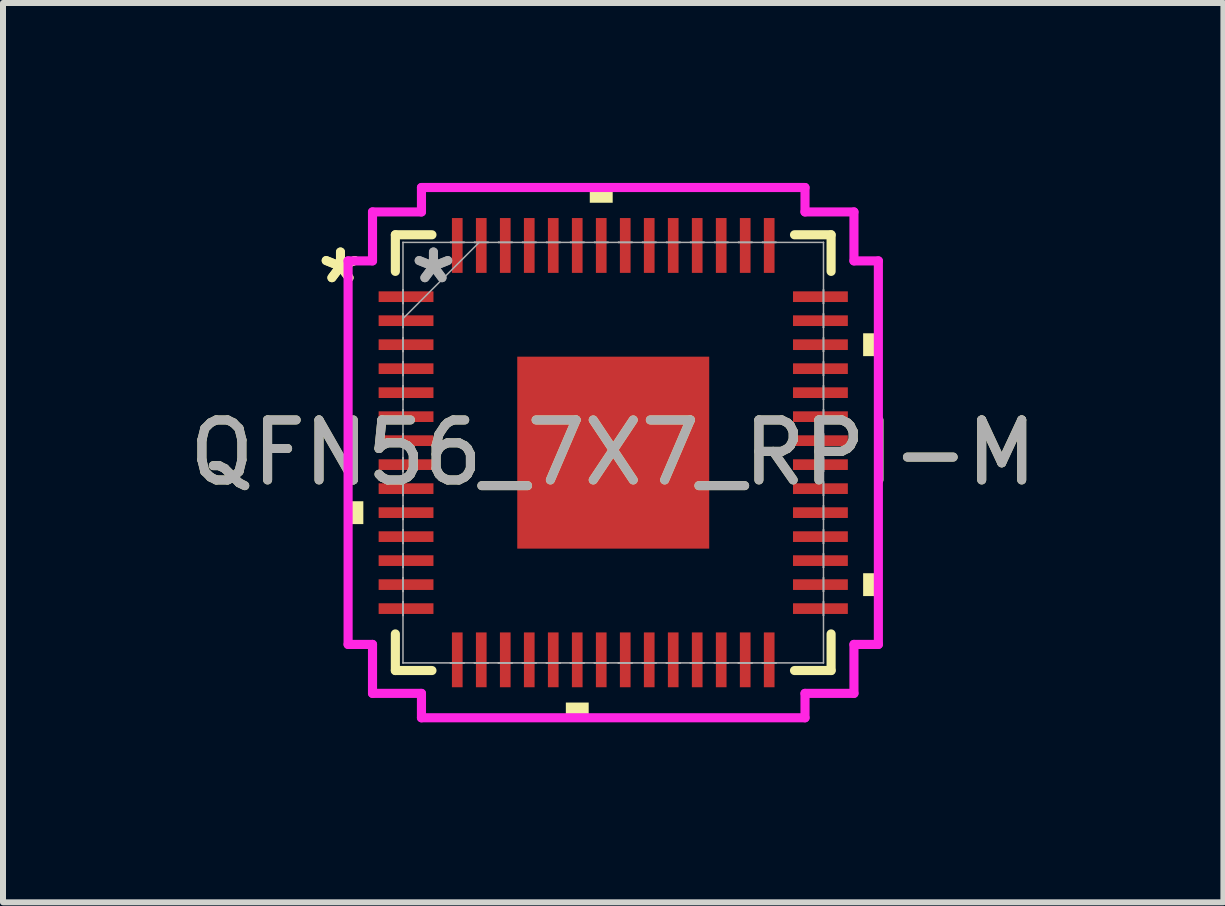
<source format=kicad_pcb>
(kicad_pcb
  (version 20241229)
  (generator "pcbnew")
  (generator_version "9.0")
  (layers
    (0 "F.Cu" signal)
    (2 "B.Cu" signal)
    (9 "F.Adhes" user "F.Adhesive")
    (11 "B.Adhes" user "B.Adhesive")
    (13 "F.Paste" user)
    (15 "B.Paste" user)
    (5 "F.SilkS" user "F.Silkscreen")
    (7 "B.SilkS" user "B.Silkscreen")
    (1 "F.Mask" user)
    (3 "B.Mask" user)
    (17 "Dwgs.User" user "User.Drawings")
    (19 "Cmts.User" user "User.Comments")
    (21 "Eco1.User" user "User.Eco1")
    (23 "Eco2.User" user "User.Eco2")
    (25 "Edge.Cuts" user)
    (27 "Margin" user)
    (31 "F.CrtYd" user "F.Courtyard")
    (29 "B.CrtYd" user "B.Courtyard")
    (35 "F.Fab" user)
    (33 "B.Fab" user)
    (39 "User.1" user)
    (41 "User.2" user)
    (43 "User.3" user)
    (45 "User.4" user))
  (footprint "QFN56_7X7_RPI-M"
    (layer "F.Cu")
    (at 7.173 4.496)
    (property "Reference" "QFN56_7X7_RPI-M" (at 0 0 0) (unlocked yes) (layer "F.SilkS") (effects (font (size 1 1) (thickness 0.15))))
    (attr smd)
    (fp_line (start -3.632 -3.632) (end -3.632 -3.022) (stroke (width 0.152) (type solid)) (layer "F.SilkS"))
    (fp_line (start -3.632 3.022) (end -3.632 3.632) (stroke (width 0.152) (type solid)) (layer "F.SilkS"))
    (fp_line (start -3.632 3.632) (end -3.022 3.632) (stroke (width 0.152) (type solid)) (layer "F.SilkS"))
    (fp_line (start -3.022 -3.632) (end -3.632 -3.632) (stroke (width 0.152) (type solid)) (layer "F.SilkS"))
    (fp_line (start 3.022 3.632) (end 3.632 3.632) (stroke (width 0.152) (type solid)) (layer "F.SilkS"))
    (fp_line (start 3.632 -3.632) (end 3.022 -3.632) (stroke (width 0.152) (type solid)) (layer "F.SilkS"))
    (fp_line (start 3.632 -3.022) (end 3.632 -3.632) (stroke (width 0.152) (type solid)) (layer "F.SilkS"))
    (fp_line (start 3.632 3.632) (end 3.632 3.022) (stroke (width 0.152) (type solid)) (layer "F.SilkS"))
    (fp_poly (pts (xy -4.42 0.81) (xy -4.42 1.191) (xy -4.166 1.191) (xy -4.166 0.81)) (stroke (width 0) (type solid)) (fill yes) (layer "F.SilkS"))
    (fp_poly (pts (xy -0.79 4.166) (xy -0.79 4.42) (xy -0.409 4.42) (xy -0.409 4.166)) (stroke (width 0) (type solid)) (fill yes) (layer "F.SilkS"))
    (fp_poly (pts (xy -0.391 -4.166) (xy -0.391 -4.42) (xy -0.009 -4.42) (xy -0.009 -4.166)) (stroke (width 0) (type solid)) (fill yes) (layer "F.SilkS"))
    (fp_poly (pts (xy 4.42 -1.99) (xy 4.42 -1.609) (xy 4.166 -1.609) (xy 4.166 -1.99)) (stroke (width 0) (type solid)) (fill yes) (layer "F.SilkS"))
    (fp_poly (pts (xy 4.42 2.01) (xy 4.42 2.391) (xy 4.166 2.391) (xy 4.166 2.01)) (stroke (width 0) (type solid)) (fill yes) (layer "F.SilkS"))
    (fp_poly (pts (xy -1.5 -1.5) (xy -1.5 -0.1) (xy -0.1 -0.1) (xy -0.1 -1.5)) (stroke (width 0) (type solid)) (fill yes) (layer "F.Paste"))
    (fp_poly (pts (xy -1.5 0.1) (xy -1.5 1.5) (xy -0.1 1.5) (xy -0.1 0.1)) (stroke (width 0) (type solid)) (fill yes) (layer "F.Paste"))
    (fp_poly (pts (xy 0.1 -1.5) (xy 0.1 -0.1) (xy 1.5 -0.1) (xy 1.5 -1.5)) (stroke (width 0) (type solid)) (fill yes) (layer "F.Paste"))
    (fp_poly (pts (xy 0.1 0.1) (xy 0.1 1.5) (xy 1.5 1.5) (xy 1.5 0.1)) (stroke (width 0) (type solid)) (fill yes) (layer "F.Paste"))
    (fp_line (start -4.42 -3.197) (end -4.013 -3.197) (stroke (width 0.152) (type solid)) (layer "F.CrtYd"))
    (fp_line (start -4.42 3.197) (end -4.42 -3.197) (stroke (width 0.152) (type solid)) (layer "F.CrtYd"))
    (fp_line (start -4.013 -4.013) (end -3.197 -4.013) (stroke (width 0.152) (type solid)) (layer "F.CrtYd"))
    (fp_line (start -4.013 -3.197) (end -4.013 -4.013) (stroke (width 0.152) (type solid)) (layer "F.CrtYd"))
    (fp_line (start -4.013 3.197) (end -4.42 3.197) (stroke (width 0.152) (type solid)) (layer "F.CrtYd"))
    (fp_line (start -4.013 4.013) (end -4.013 3.197) (stroke (width 0.152) (type solid)) (layer "F.CrtYd"))
    (fp_line (start -3.197 -4.42) (end 3.197 -4.42) (stroke (width 0.152) (type solid)) (layer "F.CrtYd"))
    (fp_line (start -3.197 -4.013) (end -3.197 -4.42) (stroke (width 0.152) (type solid)) (layer "F.CrtYd"))
    (fp_line (start -3.197 4.013) (end -4.013 4.013) (stroke (width 0.152) (type solid)) (layer "F.CrtYd"))
    (fp_line (start -3.197 4.42) (end -3.197 4.013) (stroke (width 0.152) (type solid)) (layer "F.CrtYd"))
    (fp_line (start 3.197 -4.42) (end 3.197 -4.013) (stroke (width 0.152) (type solid)) (layer "F.CrtYd"))
    (fp_line (start 3.197 -4.013) (end 4.013 -4.013) (stroke (width 0.152) (type solid)) (layer "F.CrtYd"))
    (fp_line (start 3.197 4.013) (end 3.197 4.42) (stroke (width 0.152) (type solid)) (layer "F.CrtYd"))
    (fp_line (start 3.197 4.42) (end -3.197 4.42) (stroke (width 0.152) (type solid)) (layer "F.CrtYd"))
    (fp_line (start 4.013 -4.013) (end 4.013 -3.197) (stroke (width 0.152) (type solid)) (layer "F.CrtYd"))
    (fp_line (start 4.013 -3.197) (end 4.42 -3.197) (stroke (width 0.152) (type solid)) (layer "F.CrtYd"))
    (fp_line (start 4.013 3.197) (end 4.013 4.013) (stroke (width 0.152) (type solid)) (layer "F.CrtYd"))
    (fp_line (start 4.013 4.013) (end 3.197 4.013) (stroke (width 0.152) (type solid)) (layer "F.CrtYd"))
    (fp_line (start 4.42 -3.197) (end 4.42 3.197) (stroke (width 0.152) (type solid)) (layer "F.CrtYd"))
    (fp_line (start 4.42 3.197) (end 4.013 3.197) (stroke (width 0.152) (type solid)) (layer "F.CrtYd"))
    (fp_line (start -3.505 -3.505) (end -3.505 -3.505) (stroke (width 0.025) (type solid)) (layer "F.Fab"))
    (fp_line (start -3.505 -3.505) (end -3.505 3.505) (stroke (width 0.025) (type solid)) (layer "F.Fab"))
    (fp_line (start -3.505 -2.714) (end -3.505 -2.714) (stroke (width 0.025) (type solid)) (layer "F.Fab"))
    (fp_line (start -3.505 -2.714) (end -3.505 -2.486) (stroke (width 0.025) (type solid)) (layer "F.Fab"))
    (fp_line (start -3.505 -2.486) (end -3.505 -2.714) (stroke (width 0.025) (type solid)) (layer "F.Fab"))
    (fp_line (start -3.505 -2.486) (end -3.505 -2.486) (stroke (width 0.025) (type solid)) (layer "F.Fab"))
    (fp_line (start -3.505 -2.314) (end -3.505 -2.314) (stroke (width 0.025) (type solid)) (layer "F.Fab"))
    (fp_line (start -3.505 -2.314) (end -3.505 -2.086) (stroke (width 0.025) (type solid)) (layer "F.Fab"))
    (fp_line (start -3.505 -2.235) (end -2.235 -3.505) (stroke (width 0.025) (type solid)) (layer "F.Fab"))
    (fp_line (start -3.505 -2.086) (end -3.505 -2.314) (stroke (width 0.025) (type solid)) (layer "F.Fab"))
    (fp_line (start -3.505 -2.086) (end -3.505 -2.086) (stroke (width 0.025) (type solid)) (layer "F.Fab"))
    (fp_line (start -3.505 -1.914) (end -3.505 -1.914) (stroke (width 0.025) (type solid)) (layer "F.Fab"))
    (fp_line (start -3.505 -1.914) (end -3.505 -1.686) (stroke (width 0.025) (type solid)) (layer "F.Fab"))
    (fp_line (start -3.505 -1.686) (end -3.505 -1.914) (stroke (width 0.025) (type solid)) (layer "F.Fab"))
    (fp_line (start -3.505 -1.686) (end -3.505 -1.686) (stroke (width 0.025) (type solid)) (layer "F.Fab"))
    (fp_line (start -3.505 -1.514) (end -3.505 -1.514) (stroke (width 0.025) (type solid)) (layer "F.Fab"))
    (fp_line (start -3.505 -1.514) (end -3.505 -1.286) (stroke (width 0.025) (type solid)) (layer "F.Fab"))
    (fp_line (start -3.505 -1.286) (end -3.505 -1.514) (stroke (width 0.025) (type solid)) (layer "F.Fab"))
    (fp_line (start -3.505 -1.286) (end -3.505 -1.286) (stroke (width 0.025) (type solid)) (layer "F.Fab"))
    (fp_line (start -3.505 -1.114) (end -3.505 -1.114) (stroke (width 0.025) (type solid)) (layer "F.Fab"))
    (fp_line (start -3.505 -1.114) (end -3.505 -0.886) (stroke (width 0.025) (type solid)) (layer "F.Fab"))
    (fp_line (start -3.505 -0.886) (end -3.505 -1.114) (stroke (width 0.025) (type solid)) (layer "F.Fab"))
    (fp_line (start -3.505 -0.886) (end -3.505 -0.886) (stroke (width 0.025) (type solid)) (layer "F.Fab"))
    (fp_line (start -3.505 -0.714) (end -3.505 -0.714) (stroke (width 0.025) (type solid)) (layer "F.Fab"))
    (fp_line (start -3.505 -0.714) (end -3.505 -0.486) (stroke (width 0.025) (type solid)) (layer "F.Fab"))
    (fp_line (start -3.505 -0.486) (end -3.505 -0.714) (stroke (width 0.025) (type solid)) (layer "F.Fab"))
    (fp_line (start -3.505 -0.486) (end -3.505 -0.486) (stroke (width 0.025) (type solid)) (layer "F.Fab"))
    (fp_line (start -3.505 -0.314) (end -3.505 -0.314) (stroke (width 0.025) (type solid)) (layer "F.Fab"))
    (fp_line (start -3.505 -0.314) (end -3.505 -0.086) (stroke (width 0.025) (type solid)) (layer "F.Fab"))
    (fp_line (start -3.505 -0.086) (end -3.505 -0.314) (stroke (width 0.025) (type solid)) (layer "F.Fab"))
    (fp_line (start -3.505 -0.086) (end -3.505 -0.086) (stroke (width 0.025) (type solid)) (layer "F.Fab"))
    (fp_line (start -3.505 0.086) (end -3.505 0.086) (stroke (width 0.025) (type solid)) (layer "F.Fab"))
    (fp_line (start -3.505 0.086) (end -3.505 0.314) (stroke (width 0.025) (type solid)) (layer "F.Fab"))
    (fp_line (start -3.505 0.314) (end -3.505 0.086) (stroke (width 0.025) (type solid)) (layer "F.Fab"))
    (fp_line (start -3.505 0.314) (end -3.505 0.314) (stroke (width 0.025) (type solid)) (layer "F.Fab"))
    (fp_line (start -3.505 0.486) (end -3.505 0.486) (stroke (width 0.025) (type solid)) (layer "F.Fab"))
    (fp_line (start -3.505 0.486) (end -3.505 0.714) (stroke (width 0.025) (type solid)) (layer "F.Fab"))
    (fp_line (start -3.505 0.714) (end -3.505 0.486) (stroke (width 0.025) (type solid)) (layer "F.Fab"))
    (fp_line (start -3.505 0.714) (end -3.505 0.714) (stroke (width 0.025) (type solid)) (layer "F.Fab"))
    (fp_line (start -3.505 0.886) (end -3.505 0.886) (stroke (width 0.025) (type solid)) (layer "F.Fab"))
    (fp_line (start -3.505 0.886) (end -3.505 1.114) (stroke (width 0.025) (type solid)) (layer "F.Fab"))
    (fp_line (start -3.505 1.114) (end -3.505 0.886) (stroke (width 0.025) (type solid)) (layer "F.Fab"))
    (fp_line (start -3.505 1.114) (end -3.505 1.114) (stroke (width 0.025) (type solid)) (layer "F.Fab"))
    (fp_line (start -3.505 1.286) (end -3.505 1.286) (stroke (width 0.025) (type solid)) (layer "F.Fab"))
    (fp_line (start -3.505 1.286) (end -3.505 1.514) (stroke (width 0.025) (type solid)) (layer "F.Fab"))
    (fp_line (start -3.505 1.514) (end -3.505 1.286) (stroke (width 0.025) (type solid)) (layer "F.Fab"))
    (fp_line (start -3.505 1.514) (end -3.505 1.514) (stroke (width 0.025) (type solid)) (layer "F.Fab"))
    (fp_line (start -3.505 1.686) (end -3.505 1.686) (stroke (width 0.025) (type solid)) (layer "F.Fab"))
    (fp_line (start -3.505 1.686) (end -3.505 1.914) (stroke (width 0.025) (type solid)) (layer "F.Fab"))
    (fp_line (start -3.505 1.914) (end -3.505 1.686) (stroke (width 0.025) (type solid)) (layer "F.Fab"))
    (fp_line (start -3.505 1.914) (end -3.505 1.914) (stroke (width 0.025) (type solid)) (layer "F.Fab"))
    (fp_line (start -3.505 2.086) (end -3.505 2.086) (stroke (width 0.025) (type solid)) (layer "F.Fab"))
    (fp_line (start -3.505 2.086) (end -3.505 2.314) (stroke (width 0.025) (type solid)) (layer "F.Fab"))
    (fp_line (start -3.505 2.314) (end -3.505 2.086) (stroke (width 0.025) (type solid)) (layer "F.Fab"))
    (fp_line (start -3.505 2.314) (end -3.505 2.314) (stroke (width 0.025) (type solid)) (layer "F.Fab"))
    (fp_line (start -3.505 2.486) (end -3.505 2.486) (stroke (width 0.025) (type solid)) (layer "F.Fab"))
    (fp_line (start -3.505 2.486) (end -3.505 2.714) (stroke (width 0.025) (type solid)) (layer "F.Fab"))
    (fp_line (start -3.505 2.714) (end -3.505 2.486) (stroke (width 0.025) (type solid)) (layer "F.Fab"))
    (fp_line (start -3.505 2.714) (end -3.505 2.714) (stroke (width 0.025) (type solid)) (layer "F.Fab"))
    (fp_line (start -3.505 3.505) (end -3.505 3.505) (stroke (width 0.025) (type solid)) (layer "F.Fab"))
    (fp_line (start -3.505 3.505) (end 3.505 3.505) (stroke (width 0.025) (type solid)) (layer "F.Fab"))
    (fp_line (start -2.714 -3.505) (end -2.714 -3.505) (stroke (width 0.025) (type solid)) (layer "F.Fab"))
    (fp_line (start -2.714 -3.505) (end -2.486 -3.505) (stroke (width 0.025) (type solid)) (layer "F.Fab"))
    (fp_line (start -2.714 3.505) (end -2.714 3.505) (stroke (width 0.025) (type solid)) (layer "F.Fab"))
    (fp_line (start -2.714 3.505) (end -2.486 3.505) (stroke (width 0.025) (type solid)) (layer "F.Fab"))
    (fp_line (start -2.486 -3.505) (end -2.714 -3.505) (stroke (width 0.025) (type solid)) (layer "F.Fab"))
    (fp_line (start -2.486 -3.505) (end -2.486 -3.505) (stroke (width 0.025) (type solid)) (layer "F.Fab"))
    (fp_line (start -2.486 3.505) (end -2.714 3.505) (stroke (width 0.025) (type solid)) (layer "F.Fab"))
    (fp_line (start -2.486 3.505) (end -2.486 3.505) (stroke (width 0.025) (type solid)) (layer "F.Fab"))
    (fp_line (start -2.314 -3.505) (end -2.314 -3.505) (stroke (width 0.025) (type solid)) (layer "F.Fab"))
    (fp_line (start -2.314 -3.505) (end -2.086 -3.505) (stroke (width 0.025) (type solid)) (layer "F.Fab"))
    (fp_line (start -2.314 3.505) (end -2.314 3.505) (stroke (width 0.025) (type solid)) (layer "F.Fab"))
    (fp_line (start -2.314 3.505) (end -2.086 3.505) (stroke (width 0.025) (type solid)) (layer "F.Fab"))
    (fp_line (start -2.086 -3.505) (end -2.314 -3.505) (stroke (width 0.025) (type solid)) (layer "F.Fab"))
    (fp_line (start -2.086 -3.505) (end -2.086 -3.505) (stroke (width 0.025) (type solid)) (layer "F.Fab"))
    (fp_line (start -2.086 3.505) (end -2.314 3.505) (stroke (width 0.025) (type solid)) (layer "F.Fab"))
    (fp_line (start -2.086 3.505) (end -2.086 3.505) (stroke (width 0.025) (type solid)) (layer "F.Fab"))
    (fp_line (start -1.914 -3.505) (end -1.914 -3.505) (stroke (width 0.025) (type solid)) (layer "F.Fab"))
    (fp_line (start -1.914 -3.505) (end -1.686 -3.505) (stroke (width 0.025) (type solid)) (layer "F.Fab"))
    (fp_line (start -1.914 3.505) (end -1.914 3.505) (stroke (width 0.025) (type solid)) (layer "F.Fab"))
    (fp_line (start -1.914 3.505) (end -1.686 3.505) (stroke (width 0.025) (type solid)) (layer "F.Fab"))
    (fp_line (start -1.686 -3.505) (end -1.914 -3.505) (stroke (width 0.025) (type solid)) (layer "F.Fab"))
    (fp_line (start -1.686 -3.505) (end -1.686 -3.505) (stroke (width 0.025) (type solid)) (layer "F.Fab"))
    (fp_line (start -1.686 3.505) (end -1.914 3.505) (stroke (width 0.025) (type solid)) (layer "F.Fab"))
    (fp_line (start -1.686 3.505) (end -1.686 3.505) (stroke (width 0.025) (type solid)) (layer "F.Fab"))
    (fp_line (start -1.514 -3.505) (end -1.514 -3.505) (stroke (width 0.025) (type solid)) (layer "F.Fab"))
    (fp_line (start -1.514 -3.505) (end -1.286 -3.505) (stroke (width 0.025) (type solid)) (layer "F.Fab"))
    (fp_line (start -1.514 3.505) (end -1.514 3.505) (stroke (width 0.025) (type solid)) (layer "F.Fab"))
    (fp_line (start -1.514 3.505) (end -1.286 3.505) (stroke (width 0.025) (type solid)) (layer "F.Fab"))
    (fp_line (start -1.286 -3.505) (end -1.514 -3.505) (stroke (width 0.025) (type solid)) (layer "F.Fab"))
    (fp_line (start -1.286 -3.505) (end -1.286 -3.505) (stroke (width 0.025) (type solid)) (layer "F.Fab"))
    (fp_line (start -1.286 3.505) (end -1.514 3.505) (stroke (width 0.025) (type solid)) (layer "F.Fab"))
    (fp_line (start -1.286 3.505) (end -1.286 3.505) (stroke (width 0.025) (type solid)) (layer "F.Fab"))
    (fp_line (start -1.114 -3.505) (end -1.114 -3.505) (stroke (width 0.025) (type solid)) (layer "F.Fab"))
    (fp_line (start -1.114 -3.505) (end -0.886 -3.505) (stroke (width 0.025) (type solid)) (layer "F.Fab"))
    (fp_line (start -1.114 3.505) (end -1.114 3.505) (stroke (width 0.025) (type solid)) (layer "F.Fab"))
    (fp_line (start -1.114 3.505) (end -0.886 3.505) (stroke (width 0.025) (type solid)) (layer "F.Fab"))
    (fp_line (start -0.886 -3.505) (end -1.114 -3.505) (stroke (width 0.025) (type solid)) (layer "F.Fab"))
    (fp_line (start -0.886 -3.505) (end -0.886 -3.505) (stroke (width 0.025) (type solid)) (layer "F.Fab"))
    (fp_line (start -0.886 3.505) (end -1.114 3.505) (stroke (width 0.025) (type solid)) (layer "F.Fab"))
    (fp_line (start -0.886 3.505) (end -0.886 3.505) (stroke (width 0.025) (type solid)) (layer "F.Fab"))
    (fp_line (start -0.714 -3.505) (end -0.714 -3.505) (stroke (width 0.025) (type solid)) (layer "F.Fab"))
    (fp_line (start -0.714 -3.505) (end -0.486 -3.505) (stroke (width 0.025) (type solid)) (layer "F.Fab"))
    (fp_line (start -0.714 3.505) (end -0.714 3.505) (stroke (width 0.025) (type solid)) (layer "F.Fab"))
    (fp_line (start -0.714 3.505) (end -0.486 3.505) (stroke (width 0.025) (type solid)) (layer "F.Fab"))
    (fp_line (start -0.486 -3.505) (end -0.714 -3.505) (stroke (width 0.025) (type solid)) (layer "F.Fab"))
    (fp_line (start -0.486 -3.505) (end -0.486 -3.505) (stroke (width 0.025) (type solid)) (layer "F.Fab"))
    (fp_line (start -0.486 3.505) (end -0.714 3.505) (stroke (width 0.025) (type solid)) (layer "F.Fab"))
    (fp_line (start -0.486 3.505) (end -0.486 3.505) (stroke (width 0.025) (type solid)) (layer "F.Fab"))
    (fp_line (start -0.314 -3.505) (end -0.314 -3.505) (stroke (width 0.025) (type solid)) (layer "F.Fab"))
    (fp_line (start -0.314 -3.505) (end -0.086 -3.505) (stroke (width 0.025) (type solid)) (layer "F.Fab"))
    (fp_line (start -0.314 3.505) (end -0.314 3.505) (stroke (width 0.025) (type solid)) (layer "F.Fab"))
    (fp_line (start -0.314 3.505) (end -0.086 3.505) (stroke (width 0.025) (type solid)) (layer "F.Fab"))
    (fp_line (start -0.086 -3.505) (end -0.314 -3.505) (stroke (width 0.025) (type solid)) (layer "F.Fab"))
    (fp_line (start -0.086 -3.505) (end -0.086 -3.505) (stroke (width 0.025) (type solid)) (layer "F.Fab"))
    (fp_line (start -0.086 3.505) (end -0.314 3.505) (stroke (width 0.025) (type solid)) (layer "F.Fab"))
    (fp_line (start -0.086 3.505) (end -0.086 3.505) (stroke (width 0.025) (type solid)) (layer "F.Fab"))
    (fp_line (start 0.086 -3.505) (end 0.086 -3.505) (stroke (width 0.025) (type solid)) (layer "F.Fab"))
    (fp_line (start 0.086 -3.505) (end 0.314 -3.505) (stroke (width 0.025) (type solid)) (layer "F.Fab"))
    (fp_line (start 0.086 3.505) (end 0.086 3.505) (stroke (width 0.025) (type solid)) (layer "F.Fab"))
    (fp_line (start 0.086 3.505) (end 0.314 3.505) (stroke (width 0.025) (type solid)) (layer "F.Fab"))
    (fp_line (start 0.314 -3.505) (end 0.086 -3.505) (stroke (width 0.025) (type solid)) (layer "F.Fab"))
    (fp_line (start 0.314 -3.505) (end 0.314 -3.505) (stroke (width 0.025) (type solid)) (layer "F.Fab"))
    (fp_line (start 0.314 3.505) (end 0.086 3.505) (stroke (width 0.025) (type solid)) (layer "F.Fab"))
    (fp_line (start 0.314 3.505) (end 0.314 3.505) (stroke (width 0.025) (type solid)) (layer "F.Fab"))
    (fp_line (start 0.486 -3.505) (end 0.486 -3.505) (stroke (width 0.025) (type solid)) (layer "F.Fab"))
    (fp_line (start 0.486 -3.505) (end 0.714 -3.505) (stroke (width 0.025) (type solid)) (layer "F.Fab"))
    (fp_line (start 0.486 3.505) (end 0.486 3.505) (stroke (width 0.025) (type solid)) (layer "F.Fab"))
    (fp_line (start 0.486 3.505) (end 0.714 3.505) (stroke (width 0.025) (type solid)) (layer "F.Fab"))
    (fp_line (start 0.714 -3.505) (end 0.486 -3.505) (stroke (width 0.025) (type solid)) (layer "F.Fab"))
    (fp_line (start 0.714 -3.505) (end 0.714 -3.505) (stroke (width 0.025) (type solid)) (layer "F.Fab"))
    (fp_line (start 0.714 3.505) (end 0.486 3.505) (stroke (width 0.025) (type solid)) (layer "F.Fab"))
    (fp_line (start 0.714 3.505) (end 0.714 3.505) (stroke (width 0.025) (type solid)) (layer "F.Fab"))
    (fp_line (start 0.886 -3.505) (end 0.886 -3.505) (stroke (width 0.025) (type solid)) (layer "F.Fab"))
    (fp_line (start 0.886 -3.505) (end 1.114 -3.505) (stroke (width 0.025) (type solid)) (layer "F.Fab"))
    (fp_line (start 0.886 3.505) (end 0.886 3.505) (stroke (width 0.025) (type solid)) (layer "F.Fab"))
    (fp_line (start 0.886 3.505) (end 1.114 3.505) (stroke (width 0.025) (type solid)) (layer "F.Fab"))
    (fp_line (start 1.114 -3.505) (end 0.886 -3.505) (stroke (width 0.025) (type solid)) (layer "F.Fab"))
    (fp_line (start 1.114 -3.505) (end 1.114 -3.505) (stroke (width 0.025) (type solid)) (layer "F.Fab"))
    (fp_line (start 1.114 3.505) (end 0.886 3.505) (stroke (width 0.025) (type solid)) (layer "F.Fab"))
    (fp_line (start 1.114 3.505) (end 1.114 3.505) (stroke (width 0.025) (type solid)) (layer "F.Fab"))
    (fp_line (start 1.286 -3.505) (end 1.286 -3.505) (stroke (width 0.025) (type solid)) (layer "F.Fab"))
    (fp_line (start 1.286 -3.505) (end 1.514 -3.505) (stroke (width 0.025) (type solid)) (layer "F.Fab"))
    (fp_line (start 1.286 3.505) (end 1.286 3.505) (stroke (width 0.025) (type solid)) (layer "F.Fab"))
    (fp_line (start 1.286 3.505) (end 1.514 3.505) (stroke (width 0.025) (type solid)) (layer "F.Fab"))
    (fp_line (start 1.514 -3.505) (end 1.286 -3.505) (stroke (width 0.025) (type solid)) (layer "F.Fab"))
    (fp_line (start 1.514 -3.505) (end 1.514 -3.505) (stroke (width 0.025) (type solid)) (layer "F.Fab"))
    (fp_line (start 1.514 3.505) (end 1.286 3.505) (stroke (width 0.025) (type solid)) (layer "F.Fab"))
    (fp_line (start 1.514 3.505) (end 1.514 3.505) (stroke (width 0.025) (type solid)) (layer "F.Fab"))
    (fp_line (start 1.686 -3.505) (end 1.686 -3.505) (stroke (width 0.025) (type solid)) (layer "F.Fab"))
    (fp_line (start 1.686 -3.505) (end 1.914 -3.505) (stroke (width 0.025) (type solid)) (layer "F.Fab"))
    (fp_line (start 1.686 3.505) (end 1.686 3.505) (stroke (width 0.025) (type solid)) (layer "F.Fab"))
    (fp_line (start 1.686 3.505) (end 1.914 3.505) (stroke (width 0.025) (type solid)) (layer "F.Fab"))
    (fp_line (start 1.914 -3.505) (end 1.686 -3.505) (stroke (width 0.025) (type solid)) (layer "F.Fab"))
    (fp_line (start 1.914 -3.505) (end 1.914 -3.505) (stroke (width 0.025) (type solid)) (layer "F.Fab"))
    (fp_line (start 1.914 3.505) (end 1.686 3.505) (stroke (width 0.025) (type solid)) (layer "F.Fab"))
    (fp_line (start 1.914 3.505) (end 1.914 3.505) (stroke (width 0.025) (type solid)) (layer "F.Fab"))
    (fp_line (start 2.086 -3.505) (end 2.086 -3.505) (stroke (width 0.025) (type solid)) (layer "F.Fab"))
    (fp_line (start 2.086 -3.505) (end 2.314 -3.505) (stroke (width 0.025) (type solid)) (layer "F.Fab"))
    (fp_line (start 2.086 3.505) (end 2.086 3.505) (stroke (width 0.025) (type solid)) (layer "F.Fab"))
    (fp_line (start 2.086 3.505) (end 2.314 3.505) (stroke (width 0.025) (type solid)) (layer "F.Fab"))
    (fp_line (start 2.314 -3.505) (end 2.086 -3.505) (stroke (width 0.025) (type solid)) (layer "F.Fab"))
    (fp_line (start 2.314 -3.505) (end 2.314 -3.505) (stroke (width 0.025) (type solid)) (layer "F.Fab"))
    (fp_line (start 2.314 3.505) (end 2.086 3.505) (stroke (width 0.025) (type solid)) (layer "F.Fab"))
    (fp_line (start 2.314 3.505) (end 2.314 3.505) (stroke (width 0.025) (type solid)) (layer "F.Fab"))
    (fp_line (start 2.486 -3.505) (end 2.486 -3.505) (stroke (width 0.025) (type solid)) (layer "F.Fab"))
    (fp_line (start 2.486 -3.505) (end 2.714 -3.505) (stroke (width 0.025) (type solid)) (layer "F.Fab"))
    (fp_line (start 2.486 3.505) (end 2.486 3.505) (stroke (width 0.025) (type solid)) (layer "F.Fab"))
    (fp_line (start 2.486 3.505) (end 2.714 3.505) (stroke (width 0.025) (type solid)) (layer "F.Fab"))
    (fp_line (start 2.714 -3.505) (end 2.486 -3.505) (stroke (width 0.025) (type solid)) (layer "F.Fab"))
    (fp_line (start 2.714 -3.505) (end 2.714 -3.505) (stroke (width 0.025) (type solid)) (layer "F.Fab"))
    (fp_line (start 2.714 3.505) (end 2.486 3.505) (stroke (width 0.025) (type solid)) (layer "F.Fab"))
    (fp_line (start 2.714 3.505) (end 2.714 3.505) (stroke (width 0.025) (type solid)) (layer "F.Fab"))
    (fp_line (start 3.505 -3.505) (end -3.505 -3.505) (stroke (width 0.025) (type solid)) (layer "F.Fab"))
    (fp_line (start 3.505 -3.505) (end 3.505 -3.505) (stroke (width 0.025) (type solid)) (layer "F.Fab"))
    (fp_line (start 3.505 -2.714) (end 3.505 -2.714) (stroke (width 0.025) (type solid)) (layer "F.Fab"))
    (fp_line (start 3.505 -2.714) (end 3.505 -2.486) (stroke (width 0.025) (type solid)) (layer "F.Fab"))
    (fp_line (start 3.505 -2.486) (end 3.505 -2.714) (stroke (width 0.025) (type solid)) (layer "F.Fab"))
    (fp_line (start 3.505 -2.486) (end 3.505 -2.486) (stroke (width 0.025) (type solid)) (layer "F.Fab"))
    (fp_line (start 3.505 -2.314) (end 3.505 -2.314) (stroke (width 0.025) (type solid)) (layer "F.Fab"))
    (fp_line (start 3.505 -2.314) (end 3.505 -2.086) (stroke (width 0.025) (type solid)) (layer "F.Fab"))
    (fp_line (start 3.505 -2.086) (end 3.505 -2.314) (stroke (width 0.025) (type solid)) (layer "F.Fab"))
    (fp_line (start 3.505 -2.086) (end 3.505 -2.086) (stroke (width 0.025) (type solid)) (layer "F.Fab"))
    (fp_line (start 3.505 -1.914) (end 3.505 -1.914) (stroke (width 0.025) (type solid)) (layer "F.Fab"))
    (fp_line (start 3.505 -1.914) (end 3.505 -1.686) (stroke (width 0.025) (type solid)) (layer "F.Fab"))
    (fp_line (start 3.505 -1.686) (end 3.505 -1.914) (stroke (width 0.025) (type solid)) (layer "F.Fab"))
    (fp_line (start 3.505 -1.686) (end 3.505 -1.686) (stroke (width 0.025) (type solid)) (layer "F.Fab"))
    (fp_line (start 3.505 -1.514) (end 3.505 -1.514) (stroke (width 0.025) (type solid)) (layer "F.Fab"))
    (fp_line (start 3.505 -1.514) (end 3.505 -1.286) (stroke (width 0.025) (type solid)) (layer "F.Fab"))
    (fp_line (start 3.505 -1.286) (end 3.505 -1.514) (stroke (width 0.025) (type solid)) (layer "F.Fab"))
    (fp_line (start 3.505 -1.286) (end 3.505 -1.286) (stroke (width 0.025) (type solid)) (layer "F.Fab"))
    (fp_line (start 3.505 -1.114) (end 3.505 -1.114) (stroke (width 0.025) (type solid)) (layer "F.Fab"))
    (fp_line (start 3.505 -1.114) (end 3.505 -0.886) (stroke (width 0.025) (type solid)) (layer "F.Fab"))
    (fp_line (start 3.505 -0.886) (end 3.505 -1.114) (stroke (width 0.025) (type solid)) (layer "F.Fab"))
    (fp_line (start 3.505 -0.886) (end 3.505 -0.886) (stroke (width 0.025) (type solid)) (layer "F.Fab"))
    (fp_line (start 3.505 -0.714) (end 3.505 -0.714) (stroke (width 0.025) (type solid)) (layer "F.Fab"))
    (fp_line (start 3.505 -0.714) (end 3.505 -0.486) (stroke (width 0.025) (type solid)) (layer "F.Fab"))
    (fp_line (start 3.505 -0.486) (end 3.505 -0.714) (stroke (width 0.025) (type solid)) (layer "F.Fab"))
    (fp_line (start 3.505 -0.486) (end 3.505 -0.486) (stroke (width 0.025) (type solid)) (layer "F.Fab"))
    (fp_line (start 3.505 -0.314) (end 3.505 -0.314) (stroke (width 0.025) (type solid)) (layer "F.Fab"))
    (fp_line (start 3.505 -0.314) (end 3.505 -0.086) (stroke (width 0.025) (type solid)) (layer "F.Fab"))
    (fp_line (start 3.505 -0.086) (end 3.505 -0.314) (stroke (width 0.025) (type solid)) (layer "F.Fab"))
    (fp_line (start 3.505 -0.086) (end 3.505 -0.086) (stroke (width 0.025) (type solid)) (layer "F.Fab"))
    (fp_line (start 3.505 0.086) (end 3.505 0.086) (stroke (width 0.025) (type solid)) (layer "F.Fab"))
    (fp_line (start 3.505 0.086) (end 3.505 0.314) (stroke (width 0.025) (type solid)) (layer "F.Fab"))
    (fp_line (start 3.505 0.314) (end 3.505 0.086) (stroke (width 0.025) (type solid)) (layer "F.Fab"))
    (fp_line (start 3.505 0.314) (end 3.505 0.314) (stroke (width 0.025) (type solid)) (layer "F.Fab"))
    (fp_line (start 3.505 0.486) (end 3.505 0.486) (stroke (width 0.025) (type solid)) (layer "F.Fab"))
    (fp_line (start 3.505 0.486) (end 3.505 0.714) (stroke (width 0.025) (type solid)) (layer "F.Fab"))
    (fp_line (start 3.505 0.714) (end 3.505 0.486) (stroke (width 0.025) (type solid)) (layer "F.Fab"))
    (fp_line (start 3.505 0.714) (end 3.505 0.714) (stroke (width 0.025) (type solid)) (layer "F.Fab"))
    (fp_line (start 3.505 0.886) (end 3.505 0.886) (stroke (width 0.025) (type solid)) (layer "F.Fab"))
    (fp_line (start 3.505 0.886) (end 3.505 1.114) (stroke (width 0.025) (type solid)) (layer "F.Fab"))
    (fp_line (start 3.505 1.114) (end 3.505 0.886) (stroke (width 0.025) (type solid)) (layer "F.Fab"))
    (fp_line (start 3.505 1.114) (end 3.505 1.114) (stroke (width 0.025) (type solid)) (layer "F.Fab"))
    (fp_line (start 3.505 1.286) (end 3.505 1.286) (stroke (width 0.025) (type solid)) (layer "F.Fab"))
    (fp_line (start 3.505 1.286) (end 3.505 1.514) (stroke (width 0.025) (type solid)) (layer "F.Fab"))
    (fp_line (start 3.505 1.514) (end 3.505 1.286) (stroke (width 0.025) (type solid)) (layer "F.Fab"))
    (fp_line (start 3.505 1.514) (end 3.505 1.514) (stroke (width 0.025) (type solid)) (layer "F.Fab"))
    (fp_line (start 3.505 1.686) (end 3.505 1.686) (stroke (width 0.025) (type solid)) (layer "F.Fab"))
    (fp_line (start 3.505 1.686) (end 3.505 1.914) (stroke (width 0.025) (type solid)) (layer "F.Fab"))
    (fp_line (start 3.505 1.914) (end 3.505 1.686) (stroke (width 0.025) (type solid)) (layer "F.Fab"))
    (fp_line (start 3.505 1.914) (end 3.505 1.914) (stroke (width 0.025) (type solid)) (layer "F.Fab"))
    (fp_line (start 3.505 2.086) (end 3.505 2.086) (stroke (width 0.025) (type solid)) (layer "F.Fab"))
    (fp_line (start 3.505 2.086) (end 3.505 2.314) (stroke (width 0.025) (type solid)) (layer "F.Fab"))
    (fp_line (start 3.505 2.314) (end 3.505 2.086) (stroke (width 0.025) (type solid)) (layer "F.Fab"))
    (fp_line (start 3.505 2.314) (end 3.505 2.314) (stroke (width 0.025) (type solid)) (layer "F.Fab"))
    (fp_line (start 3.505 2.486) (end 3.505 2.486) (stroke (width 0.025) (type solid)) (layer "F.Fab"))
    (fp_line (start 3.505 2.486) (end 3.505 2.714) (stroke (width 0.025) (type solid)) (layer "F.Fab"))
    (fp_line (start 3.505 2.714) (end 3.505 2.486) (stroke (width 0.025) (type solid)) (layer "F.Fab"))
    (fp_line (start 3.505 2.714) (end 3.505 2.714) (stroke (width 0.025) (type solid)) (layer "F.Fab"))
    (fp_line (start 3.505 3.505) (end 3.505 -3.505) (stroke (width 0.025) (type solid)) (layer "F.Fab"))
    (fp_line (start 3.505 3.505) (end 3.505 3.505) (stroke (width 0.025) (type solid)) (layer "F.Fab"))
    (fp_text user "*" (at -4.547 -2.8 0) (layer "F.SilkS") (effects (font (size 1 1) (thickness 0.15))))
    (fp_text user "*" (at -4.547 -2.8 0) (unlocked yes) (layer "F.SilkS") (effects (font (size 1 1) (thickness 0.15))))
    (fp_text user "*" (at -2.997 -2.8 0) (unlocked yes) (layer "F.Fab") (effects (font (size 1 1) (thickness 0.15))))
    (fp_text user "*" (at -2.997 -2.8 0) (layer "F.Fab") (effects (font (size 1 1) (thickness 0.15))))
    (fp_text user "${REFERENCE}" (at 0 0 0) (unlocked yes) (layer "F.Fab") (effects (font (size 1 1) (thickness 0.15))))
    (pad "1" smd rect (at -3.454 -2.6 90) (size 0.178 0.914) (layers "F.Cu" "F.Mask" "F.Paste"))
    (pad "2" smd rect (at -3.454 -2.2 90) (size 0.178 0.914) (layers "F.Cu" "F.Mask" "F.Paste"))
    (pad "3" smd rect (at -3.454 -1.8 90) (size 0.178 0.914) (layers "F.Cu" "F.Mask" "F.Paste"))
    (pad "4" smd rect (at -3.454 -1.4 90) (size 0.178 0.914) (layers "F.Cu" "F.Mask" "F.Paste"))
    (pad "5" smd rect (at -3.454 -1 90) (size 0.178 0.914) (layers "F.Cu" "F.Mask" "F.Paste"))
    (pad "6" smd rect (at -3.454 -0.6 90) (size 0.178 0.914) (layers "F.Cu" "F.Mask" "F.Paste"))
    (pad "7" smd rect (at -3.454 -0.2 90) (size 0.178 0.914) (layers "F.Cu" "F.Mask" "F.Paste"))
    (pad "8" smd rect (at -3.454 0.2 90) (size 0.178 0.914) (layers "F.Cu" "F.Mask" "F.Paste"))
    (pad "9" smd rect (at -3.454 0.6 90) (size 0.178 0.914) (layers "F.Cu" "F.Mask" "F.Paste"))
    (pad "10" smd rect (at -3.454 1 90) (size 0.178 0.914) (layers "F.Cu" "F.Mask" "F.Paste"))
    (pad "11" smd rect (at -3.454 1.4 90) (size 0.178 0.914) (layers "F.Cu" "F.Mask" "F.Paste"))
    (pad "12" smd rect (at -3.454 1.8 90) (size 0.178 0.914) (layers "F.Cu" "F.Mask" "F.Paste"))
    (pad "13" smd rect (at -3.454 2.2 90) (size 0.178 0.914) (layers "F.Cu" "F.Mask" "F.Paste"))
    (pad "14" smd rect (at -3.454 2.6 90) (size 0.178 0.914) (layers "F.Cu" "F.Mask" "F.Paste"))
    (pad "15" smd rect (at -2.6 3.454) (size 0.178 0.914) (layers "F.Cu" "F.Mask" "F.Paste"))
    (pad "16" smd rect (at -2.2 3.454) (size 0.178 0.914) (layers "F.Cu" "F.Mask" "F.Paste"))
    (pad "17" smd rect (at -1.8 3.454) (size 0.178 0.914) (layers "F.Cu" "F.Mask" "F.Paste"))
    (pad "18" smd rect (at -1.4 3.454) (size 0.178 0.914) (layers "F.Cu" "F.Mask" "F.Paste"))
    (pad "19" smd rect (at -1 3.454) (size 0.178 0.914) (layers "F.Cu" "F.Mask" "F.Paste"))
    (pad "20" smd rect (at -0.6 3.454) (size 0.178 0.914) (layers "F.Cu" "F.Mask" "F.Paste"))
    (pad "21" smd rect (at -0.2 3.454) (size 0.178 0.914) (layers "F.Cu" "F.Mask" "F.Paste"))
    (pad "22" smd rect (at 0.2 3.454) (size 0.178 0.914) (layers "F.Cu" "F.Mask" "F.Paste"))
    (pad "23" smd rect (at 0.6 3.454) (size 0.178 0.914) (layers "F.Cu" "F.Mask" "F.Paste"))
    (pad "24" smd rect (at 1 3.454) (size 0.178 0.914) (layers "F.Cu" "F.Mask" "F.Paste"))
    (pad "25" smd rect (at 1.4 3.454) (size 0.178 0.914) (layers "F.Cu" "F.Mask" "F.Paste"))
    (pad "26" smd rect (at 1.8 3.454) (size 0.178 0.914) (layers "F.Cu" "F.Mask" "F.Paste"))
    (pad "27" smd rect (at 2.2 3.454) (size 0.178 0.914) (layers "F.Cu" "F.Mask" "F.Paste"))
    (pad "28" smd rect (at 2.6 3.454) (size 0.178 0.914) (layers "F.Cu" "F.Mask" "F.Paste"))
    (pad "29" smd rect (at 3.454 2.6 90) (size 0.178 0.914) (layers "F.Cu" "F.Mask" "F.Paste"))
    (pad "30" smd rect (at 3.454 2.2 90) (size 0.178 0.914) (layers "F.Cu" "F.Mask" "F.Paste"))
    (pad "31" smd rect (at 3.454 1.8 90) (size 0.178 0.914) (layers "F.Cu" "F.Mask" "F.Paste"))
    (pad "32" smd rect (at 3.454 1.4 90) (size 0.178 0.914) (layers "F.Cu" "F.Mask" "F.Paste"))
    (pad "33" smd rect (at 3.454 1 90) (size 0.178 0.914) (layers "F.Cu" "F.Mask" "F.Paste"))
    (pad "34" smd rect (at 3.454 0.6 90) (size 0.178 0.914) (layers "F.Cu" "F.Mask" "F.Paste"))
    (pad "35" smd rect (at 3.454 0.2 90) (size 0.178 0.914) (layers "F.Cu" "F.Mask" "F.Paste"))
    (pad "36" smd rect (at 3.454 -0.2 90) (size 0.178 0.914) (layers "F.Cu" "F.Mask" "F.Paste"))
    (pad "37" smd rect (at 3.454 -0.6 90) (size 0.178 0.914) (layers "F.Cu" "F.Mask" "F.Paste"))
    (pad "38" smd rect (at 3.454 -1 90) (size 0.178 0.914) (layers "F.Cu" "F.Mask" "F.Paste"))
    (pad "39" smd rect (at 3.454 -1.4 90) (size 0.178 0.914) (layers "F.Cu" "F.Mask" "F.Paste"))
    (pad "40" smd rect (at 3.454 -1.8 90) (size 0.178 0.914) (layers "F.Cu" "F.Mask" "F.Paste"))
    (pad "41" smd rect (at 3.454 -2.2 90) (size 0.178 0.914) (layers "F.Cu" "F.Mask" "F.Paste"))
    (pad "42" smd rect (at 3.454 -2.6 90) (size 0.178 0.914) (layers "F.Cu" "F.Mask" "F.Paste"))
    (pad "43" smd rect (at 2.6 -3.454) (size 0.178 0.914) (layers "F.Cu" "F.Mask" "F.Paste"))
    (pad "44" smd rect (at 2.2 -3.454) (size 0.178 0.914) (layers "F.Cu" "F.Mask" "F.Paste"))
    (pad "45" smd rect (at 1.8 -3.454) (size 0.178 0.914) (layers "F.Cu" "F.Mask" "F.Paste"))
    (pad "46" smd rect (at 1.4 -3.454) (size 0.178 0.914) (layers "F.Cu" "F.Mask" "F.Paste"))
    (pad "47" smd rect (at 1 -3.454) (size 0.178 0.914) (layers "F.Cu" "F.Mask" "F.Paste"))
    (pad "48" smd rect (at 0.6 -3.454) (size 0.178 0.914) (layers "F.Cu" "F.Mask" "F.Paste"))
    (pad "49" smd rect (at 0.2 -3.454) (size 0.178 0.914) (layers "F.Cu" "F.Mask" "F.Paste"))
    (pad "50" smd rect (at -0.2 -3.454) (size 0.178 0.914) (layers "F.Cu" "F.Mask" "F.Paste"))
    (pad "51" smd rect (at -0.6 -3.454) (size 0.178 0.914) (layers "F.Cu" "F.Mask" "F.Paste"))
    (pad "52" smd rect (at -1 -3.454) (size 0.178 0.914) (layers "F.Cu" "F.Mask" "F.Paste"))
    (pad "53" smd rect (at -1.4 -3.454) (size 0.178 0.914) (layers "F.Cu" "F.Mask" "F.Paste"))
    (pad "54" smd rect (at -1.8 -3.454) (size 0.178 0.914) (layers "F.Cu" "F.Mask" "F.Paste"))
    (pad "55" smd rect (at -2.2 -3.454) (size 0.178 0.914) (layers "F.Cu" "F.Mask" "F.Paste"))
    (pad "56" smd rect (at -2.6 -3.454) (size 0.178 0.914) (layers "F.Cu" "F.Mask" "F.Paste"))
    (pad "57" smd rect (at 0 0) (size 3.2 3.2) (layers "F.Cu" "F.Mask" "F.Paste")))
  (gr_rect
    (start -3 -3)
    (end 17.345 11.992)
    (stroke (width 0.1) (type default))
    (fill no)
    (layer "Edge.Cuts")))
</source>
